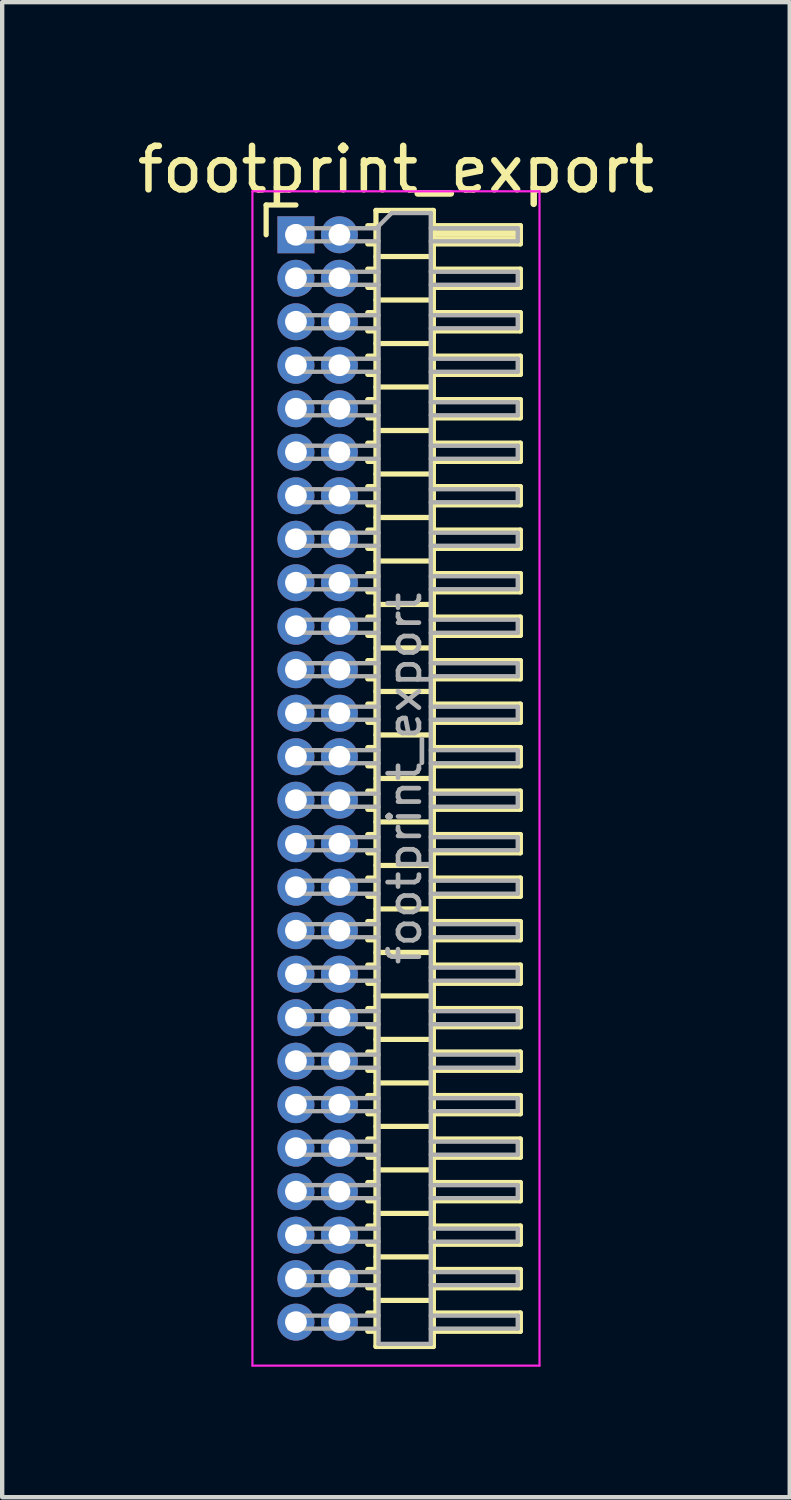
<source format=kicad_pcb>
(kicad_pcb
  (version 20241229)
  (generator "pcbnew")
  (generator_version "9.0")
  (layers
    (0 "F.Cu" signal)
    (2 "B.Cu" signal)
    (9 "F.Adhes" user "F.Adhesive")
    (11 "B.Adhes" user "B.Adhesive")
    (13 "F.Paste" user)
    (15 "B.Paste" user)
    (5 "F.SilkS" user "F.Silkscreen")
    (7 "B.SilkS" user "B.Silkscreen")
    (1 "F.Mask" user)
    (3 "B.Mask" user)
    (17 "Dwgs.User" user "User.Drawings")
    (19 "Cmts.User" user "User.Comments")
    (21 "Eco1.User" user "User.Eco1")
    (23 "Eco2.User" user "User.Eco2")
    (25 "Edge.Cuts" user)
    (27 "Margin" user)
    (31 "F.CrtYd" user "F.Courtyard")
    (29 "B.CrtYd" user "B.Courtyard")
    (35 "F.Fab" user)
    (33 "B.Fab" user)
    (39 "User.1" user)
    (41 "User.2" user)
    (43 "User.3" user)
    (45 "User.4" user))
  (footprint "footprint_export"
    (layer "F.Cu")
    (at 3.754 2.348)
    (property "Reference" "footprint_export" (at 2.3 -1.5 0) (layer "F.SilkS") (effects (font (size 1 1) (thickness 0.15))))
    (attr through_hole)
    (fp_line (start -0.685 -0.685) (end 0 -0.685) (stroke (width 0.12) (type solid)) (layer "F.SilkS"))
    (fp_line (start -0.685 0) (end -0.685 -0.685) (stroke (width 0.12) (type solid)) (layer "F.SilkS"))
    (fp_line (start 1.652 -0.21) (end 1.84 -0.21) (stroke (width 0.12) (type solid)) (layer "F.SilkS"))
    (fp_line (start 1.652 0.21) (end 1.84 0.21) (stroke (width 0.12) (type solid)) (layer "F.SilkS"))
    (fp_line (start 1.652 0.79) (end 1.84 0.79) (stroke (width 0.12) (type solid)) (layer "F.SilkS"))
    (fp_line (start 1.652 1.21) (end 1.84 1.21) (stroke (width 0.12) (type solid)) (layer "F.SilkS"))
    (fp_line (start 1.652 1.79) (end 1.84 1.79) (stroke (width 0.12) (type solid)) (layer "F.SilkS"))
    (fp_line (start 1.652 2.21) (end 1.84 2.21) (stroke (width 0.12) (type solid)) (layer "F.SilkS"))
    (fp_line (start 1.652 2.79) (end 1.84 2.79) (stroke (width 0.12) (type solid)) (layer "F.SilkS"))
    (fp_line (start 1.652 3.21) (end 1.84 3.21) (stroke (width 0.12) (type solid)) (layer "F.SilkS"))
    (fp_line (start 1.652 3.79) (end 1.84 3.79) (stroke (width 0.12) (type solid)) (layer "F.SilkS"))
    (fp_line (start 1.652 4.21) (end 1.84 4.21) (stroke (width 0.12) (type solid)) (layer "F.SilkS"))
    (fp_line (start 1.652 4.79) (end 1.84 4.79) (stroke (width 0.12) (type solid)) (layer "F.SilkS"))
    (fp_line (start 1.652 5.21) (end 1.84 5.21) (stroke (width 0.12) (type solid)) (layer "F.SilkS"))
    (fp_line (start 1.652 5.79) (end 1.84 5.79) (stroke (width 0.12) (type solid)) (layer "F.SilkS"))
    (fp_line (start 1.652 6.21) (end 1.84 6.21) (stroke (width 0.12) (type solid)) (layer "F.SilkS"))
    (fp_line (start 1.652 6.79) (end 1.84 6.79) (stroke (width 0.12) (type solid)) (layer "F.SilkS"))
    (fp_line (start 1.652 7.21) (end 1.84 7.21) (stroke (width 0.12) (type solid)) (layer "F.SilkS"))
    (fp_line (start 1.652 7.79) (end 1.84 7.79) (stroke (width 0.12) (type solid)) (layer "F.SilkS"))
    (fp_line (start 1.652 8.21) (end 1.84 8.21) (stroke (width 0.12) (type solid)) (layer "F.SilkS"))
    (fp_line (start 1.652 8.79) (end 1.84 8.79) (stroke (width 0.12) (type solid)) (layer "F.SilkS"))
    (fp_line (start 1.652 9.21) (end 1.84 9.21) (stroke (width 0.12) (type solid)) (layer "F.SilkS"))
    (fp_line (start 1.652 9.79) (end 1.84 9.79) (stroke (width 0.12) (type solid)) (layer "F.SilkS"))
    (fp_line (start 1.652 10.21) (end 1.84 10.21) (stroke (width 0.12) (type solid)) (layer "F.SilkS"))
    (fp_line (start 1.652 10.79) (end 1.84 10.79) (stroke (width 0.12) (type solid)) (layer "F.SilkS"))
    (fp_line (start 1.652 11.21) (end 1.84 11.21) (stroke (width 0.12) (type solid)) (layer "F.SilkS"))
    (fp_line (start 1.652 11.79) (end 1.84 11.79) (stroke (width 0.12) (type solid)) (layer "F.SilkS"))
    (fp_line (start 1.652 12.21) (end 1.84 12.21) (stroke (width 0.12) (type solid)) (layer "F.SilkS"))
    (fp_line (start 1.652 12.79) (end 1.84 12.79) (stroke (width 0.12) (type solid)) (layer "F.SilkS"))
    (fp_line (start 1.652 13.21) (end 1.84 13.21) (stroke (width 0.12) (type solid)) (layer "F.SilkS"))
    (fp_line (start 1.652 13.79) (end 1.84 13.79) (stroke (width 0.12) (type solid)) (layer "F.SilkS"))
    (fp_line (start 1.652 14.21) (end 1.84 14.21) (stroke (width 0.12) (type solid)) (layer "F.SilkS"))
    (fp_line (start 1.652 14.79) (end 1.84 14.79) (stroke (width 0.12) (type solid)) (layer "F.SilkS"))
    (fp_line (start 1.652 15.21) (end 1.84 15.21) (stroke (width 0.12) (type solid)) (layer "F.SilkS"))
    (fp_line (start 1.652 15.79) (end 1.84 15.79) (stroke (width 0.12) (type solid)) (layer "F.SilkS"))
    (fp_line (start 1.652 16.21) (end 1.84 16.21) (stroke (width 0.12) (type solid)) (layer "F.SilkS"))
    (fp_line (start 1.652 16.79) (end 1.84 16.79) (stroke (width 0.12) (type solid)) (layer "F.SilkS"))
    (fp_line (start 1.652 17.21) (end 1.84 17.21) (stroke (width 0.12) (type solid)) (layer "F.SilkS"))
    (fp_line (start 1.652 17.79) (end 1.84 17.79) (stroke (width 0.12) (type solid)) (layer "F.SilkS"))
    (fp_line (start 1.652 18.21) (end 1.84 18.21) (stroke (width 0.12) (type solid)) (layer "F.SilkS"))
    (fp_line (start 1.652 18.79) (end 1.84 18.79) (stroke (width 0.12) (type solid)) (layer "F.SilkS"))
    (fp_line (start 1.652 19.21) (end 1.84 19.21) (stroke (width 0.12) (type solid)) (layer "F.SilkS"))
    (fp_line (start 1.652 19.79) (end 1.84 19.79) (stroke (width 0.12) (type solid)) (layer "F.SilkS"))
    (fp_line (start 1.652 20.21) (end 1.84 20.21) (stroke (width 0.12) (type solid)) (layer "F.SilkS"))
    (fp_line (start 1.652 20.79) (end 1.84 20.79) (stroke (width 0.12) (type solid)) (layer "F.SilkS"))
    (fp_line (start 1.652 21.21) (end 1.84 21.21) (stroke (width 0.12) (type solid)) (layer "F.SilkS"))
    (fp_line (start 1.652 21.79) (end 1.84 21.79) (stroke (width 0.12) (type solid)) (layer "F.SilkS"))
    (fp_line (start 1.652 22.21) (end 1.84 22.21) (stroke (width 0.12) (type solid)) (layer "F.SilkS"))
    (fp_line (start 1.652 22.79) (end 1.84 22.79) (stroke (width 0.12) (type solid)) (layer "F.SilkS"))
    (fp_line (start 1.652 23.21) (end 1.84 23.21) (stroke (width 0.12) (type solid)) (layer "F.SilkS"))
    (fp_line (start 1.652 23.79) (end 1.84 23.79) (stroke (width 0.12) (type solid)) (layer "F.SilkS"))
    (fp_line (start 1.652 24.21) (end 1.84 24.21) (stroke (width 0.12) (type solid)) (layer "F.SilkS"))
    (fp_line (start 1.652 24.79) (end 1.84 24.79) (stroke (width 0.12) (type solid)) (layer "F.SilkS"))
    (fp_line (start 1.652 25.21) (end 1.84 25.21) (stroke (width 0.12) (type solid)) (layer "F.SilkS"))
    (fp_line (start 1.84 -0.56) (end 1.84 25.56) (stroke (width 0.12) (type solid)) (layer "F.SilkS"))
    (fp_line (start 1.84 0.5) (end 3.16 0.5) (stroke (width 0.12) (type solid)) (layer "F.SilkS"))
    (fp_line (start 1.84 1.5) (end 3.16 1.5) (stroke (width 0.12) (type solid)) (layer "F.SilkS"))
    (fp_line (start 1.84 2.5) (end 3.16 2.5) (stroke (width 0.12) (type solid)) (layer "F.SilkS"))
    (fp_line (start 1.84 3.5) (end 3.16 3.5) (stroke (width 0.12) (type solid)) (layer "F.SilkS"))
    (fp_line (start 1.84 4.5) (end 3.16 4.5) (stroke (width 0.12) (type solid)) (layer "F.SilkS"))
    (fp_line (start 1.84 5.5) (end 3.16 5.5) (stroke (width 0.12) (type solid)) (layer "F.SilkS"))
    (fp_line (start 1.84 6.5) (end 3.16 6.5) (stroke (width 0.12) (type solid)) (layer "F.SilkS"))
    (fp_line (start 1.84 7.5) (end 3.16 7.5) (stroke (width 0.12) (type solid)) (layer "F.SilkS"))
    (fp_line (start 1.84 8.5) (end 3.16 8.5) (stroke (width 0.12) (type solid)) (layer "F.SilkS"))
    (fp_line (start 1.84 9.5) (end 3.16 9.5) (stroke (width 0.12) (type solid)) (layer "F.SilkS"))
    (fp_line (start 1.84 10.5) (end 3.16 10.5) (stroke (width 0.12) (type solid)) (layer "F.SilkS"))
    (fp_line (start 1.84 11.5) (end 3.16 11.5) (stroke (width 0.12) (type solid)) (layer "F.SilkS"))
    (fp_line (start 1.84 12.5) (end 3.16 12.5) (stroke (width 0.12) (type solid)) (layer "F.SilkS"))
    (fp_line (start 1.84 13.5) (end 3.16 13.5) (stroke (width 0.12) (type solid)) (layer "F.SilkS"))
    (fp_line (start 1.84 14.5) (end 3.16 14.5) (stroke (width 0.12) (type solid)) (layer "F.SilkS"))
    (fp_line (start 1.84 15.5) (end 3.16 15.5) (stroke (width 0.12) (type solid)) (layer "F.SilkS"))
    (fp_line (start 1.84 16.5) (end 3.16 16.5) (stroke (width 0.12) (type solid)) (layer "F.SilkS"))
    (fp_line (start 1.84 17.5) (end 3.16 17.5) (stroke (width 0.12) (type solid)) (layer "F.SilkS"))
    (fp_line (start 1.84 18.5) (end 3.16 18.5) (stroke (width 0.12) (type solid)) (layer "F.SilkS"))
    (fp_line (start 1.84 19.5) (end 3.16 19.5) (stroke (width 0.12) (type solid)) (layer "F.SilkS"))
    (fp_line (start 1.84 20.5) (end 3.16 20.5) (stroke (width 0.12) (type solid)) (layer "F.SilkS"))
    (fp_line (start 1.84 21.5) (end 3.16 21.5) (stroke (width 0.12) (type solid)) (layer "F.SilkS"))
    (fp_line (start 1.84 22.5) (end 3.16 22.5) (stroke (width 0.12) (type solid)) (layer "F.SilkS"))
    (fp_line (start 1.84 23.5) (end 3.16 23.5) (stroke (width 0.12) (type solid)) (layer "F.SilkS"))
    (fp_line (start 1.84 24.5) (end 3.16 24.5) (stroke (width 0.12) (type solid)) (layer "F.SilkS"))
    (fp_line (start 1.84 25.56) (end 3.16 25.56) (stroke (width 0.12) (type solid)) (layer "F.SilkS"))
    (fp_line (start 3.16 -0.56) (end 1.84 -0.56) (stroke (width 0.12) (type solid)) (layer "F.SilkS"))
    (fp_line (start 3.16 -0.21) (end 5.16 -0.21) (stroke (width 0.12) (type solid)) (layer "F.SilkS"))
    (fp_line (start 3.16 -0.15) (end 5.16 -0.15) (stroke (width 0.12) (type solid)) (layer "F.SilkS"))
    (fp_line (start 3.16 -0.03) (end 5.16 -0.03) (stroke (width 0.12) (type solid)) (layer "F.SilkS"))
    (fp_line (start 3.16 0.09) (end 5.16 0.09) (stroke (width 0.12) (type solid)) (layer "F.SilkS"))
    (fp_line (start 3.16 0.79) (end 5.16 0.79) (stroke (width 0.12) (type solid)) (layer "F.SilkS"))
    (fp_line (start 3.16 1.79) (end 5.16 1.79) (stroke (width 0.12) (type solid)) (layer "F.SilkS"))
    (fp_line (start 3.16 2.79) (end 5.16 2.79) (stroke (width 0.12) (type solid)) (layer "F.SilkS"))
    (fp_line (start 3.16 3.79) (end 5.16 3.79) (stroke (width 0.12) (type solid)) (layer "F.SilkS"))
    (fp_line (start 3.16 4.79) (end 5.16 4.79) (stroke (width 0.12) (type solid)) (layer "F.SilkS"))
    (fp_line (start 3.16 5.79) (end 5.16 5.79) (stroke (width 0.12) (type solid)) (layer "F.SilkS"))
    (fp_line (start 3.16 6.79) (end 5.16 6.79) (stroke (width 0.12) (type solid)) (layer "F.SilkS"))
    (fp_line (start 3.16 7.79) (end 5.16 7.79) (stroke (width 0.12) (type solid)) (layer "F.SilkS"))
    (fp_line (start 3.16 8.79) (end 5.16 8.79) (stroke (width 0.12) (type solid)) (layer "F.SilkS"))
    (fp_line (start 3.16 9.79) (end 5.16 9.79) (stroke (width 0.12) (type solid)) (layer "F.SilkS"))
    (fp_line (start 3.16 10.79) (end 5.16 10.79) (stroke (width 0.12) (type solid)) (layer "F.SilkS"))
    (fp_line (start 3.16 11.79) (end 5.16 11.79) (stroke (width 0.12) (type solid)) (layer "F.SilkS"))
    (fp_line (start 3.16 12.79) (end 5.16 12.79) (stroke (width 0.12) (type solid)) (layer "F.SilkS"))
    (fp_line (start 3.16 13.79) (end 5.16 13.79) (stroke (width 0.12) (type solid)) (layer "F.SilkS"))
    (fp_line (start 3.16 14.79) (end 5.16 14.79) (stroke (width 0.12) (type solid)) (layer "F.SilkS"))
    (fp_line (start 3.16 15.79) (end 5.16 15.79) (stroke (width 0.12) (type solid)) (layer "F.SilkS"))
    (fp_line (start 3.16 16.79) (end 5.16 16.79) (stroke (width 0.12) (type solid)) (layer "F.SilkS"))
    (fp_line (start 3.16 17.79) (end 5.16 17.79) (stroke (width 0.12) (type solid)) (layer "F.SilkS"))
    (fp_line (start 3.16 18.79) (end 5.16 18.79) (stroke (width 0.12) (type solid)) (layer "F.SilkS"))
    (fp_line (start 3.16 19.79) (end 5.16 19.79) (stroke (width 0.12) (type solid)) (layer "F.SilkS"))
    (fp_line (start 3.16 20.79) (end 5.16 20.79) (stroke (width 0.12) (type solid)) (layer "F.SilkS"))
    (fp_line (start 3.16 21.79) (end 5.16 21.79) (stroke (width 0.12) (type solid)) (layer "F.SilkS"))
    (fp_line (start 3.16 22.79) (end 5.16 22.79) (stroke (width 0.12) (type solid)) (layer "F.SilkS"))
    (fp_line (start 3.16 23.79) (end 5.16 23.79) (stroke (width 0.12) (type solid)) (layer "F.SilkS"))
    (fp_line (start 3.16 24.79) (end 5.16 24.79) (stroke (width 0.12) (type solid)) (layer "F.SilkS"))
    (fp_line (start 3.16 25.56) (end 3.16 -0.56) (stroke (width 0.12) (type solid)) (layer "F.SilkS"))
    (fp_line (start 5.16 -0.21) (end 5.16 0.21) (stroke (width 0.12) (type solid)) (layer "F.SilkS"))
    (fp_line (start 5.16 0.21) (end 3.16 0.21) (stroke (width 0.12) (type solid)) (layer "F.SilkS"))
    (fp_line (start 5.16 0.79) (end 5.16 1.21) (stroke (width 0.12) (type solid)) (layer "F.SilkS"))
    (fp_line (start 5.16 1.21) (end 3.16 1.21) (stroke (width 0.12) (type solid)) (layer "F.SilkS"))
    (fp_line (start 5.16 1.79) (end 5.16 2.21) (stroke (width 0.12) (type solid)) (layer "F.SilkS"))
    (fp_line (start 5.16 2.21) (end 3.16 2.21) (stroke (width 0.12) (type solid)) (layer "F.SilkS"))
    (fp_line (start 5.16 2.79) (end 5.16 3.21) (stroke (width 0.12) (type solid)) (layer "F.SilkS"))
    (fp_line (start 5.16 3.21) (end 3.16 3.21) (stroke (width 0.12) (type solid)) (layer "F.SilkS"))
    (fp_line (start 5.16 3.79) (end 5.16 4.21) (stroke (width 0.12) (type solid)) (layer "F.SilkS"))
    (fp_line (start 5.16 4.21) (end 3.16 4.21) (stroke (width 0.12) (type solid)) (layer "F.SilkS"))
    (fp_line (start 5.16 4.79) (end 5.16 5.21) (stroke (width 0.12) (type solid)) (layer "F.SilkS"))
    (fp_line (start 5.16 5.21) (end 3.16 5.21) (stroke (width 0.12) (type solid)) (layer "F.SilkS"))
    (fp_line (start 5.16 5.79) (end 5.16 6.21) (stroke (width 0.12) (type solid)) (layer "F.SilkS"))
    (fp_line (start 5.16 6.21) (end 3.16 6.21) (stroke (width 0.12) (type solid)) (layer "F.SilkS"))
    (fp_line (start 5.16 6.79) (end 5.16 7.21) (stroke (width 0.12) (type solid)) (layer "F.SilkS"))
    (fp_line (start 5.16 7.21) (end 3.16 7.21) (stroke (width 0.12) (type solid)) (layer "F.SilkS"))
    (fp_line (start 5.16 7.79) (end 5.16 8.21) (stroke (width 0.12) (type solid)) (layer "F.SilkS"))
    (fp_line (start 5.16 8.21) (end 3.16 8.21) (stroke (width 0.12) (type solid)) (layer "F.SilkS"))
    (fp_line (start 5.16 8.79) (end 5.16 9.21) (stroke (width 0.12) (type solid)) (layer "F.SilkS"))
    (fp_line (start 5.16 9.21) (end 3.16 9.21) (stroke (width 0.12) (type solid)) (layer "F.SilkS"))
    (fp_line (start 5.16 9.79) (end 5.16 10.21) (stroke (width 0.12) (type solid)) (layer "F.SilkS"))
    (fp_line (start 5.16 10.21) (end 3.16 10.21) (stroke (width 0.12) (type solid)) (layer "F.SilkS"))
    (fp_line (start 5.16 10.79) (end 5.16 11.21) (stroke (width 0.12) (type solid)) (layer "F.SilkS"))
    (fp_line (start 5.16 11.21) (end 3.16 11.21) (stroke (width 0.12) (type solid)) (layer "F.SilkS"))
    (fp_line (start 5.16 11.79) (end 5.16 12.21) (stroke (width 0.12) (type solid)) (layer "F.SilkS"))
    (fp_line (start 5.16 12.21) (end 3.16 12.21) (stroke (width 0.12) (type solid)) (layer "F.SilkS"))
    (fp_line (start 5.16 12.79) (end 5.16 13.21) (stroke (width 0.12) (type solid)) (layer "F.SilkS"))
    (fp_line (start 5.16 13.21) (end 3.16 13.21) (stroke (width 0.12) (type solid)) (layer "F.SilkS"))
    (fp_line (start 5.16 13.79) (end 5.16 14.21) (stroke (width 0.12) (type solid)) (layer "F.SilkS"))
    (fp_line (start 5.16 14.21) (end 3.16 14.21) (stroke (width 0.12) (type solid)) (layer "F.SilkS"))
    (fp_line (start 5.16 14.79) (end 5.16 15.21) (stroke (width 0.12) (type solid)) (layer "F.SilkS"))
    (fp_line (start 5.16 15.21) (end 3.16 15.21) (stroke (width 0.12) (type solid)) (layer "F.SilkS"))
    (fp_line (start 5.16 15.79) (end 5.16 16.21) (stroke (width 0.12) (type solid)) (layer "F.SilkS"))
    (fp_line (start 5.16 16.21) (end 3.16 16.21) (stroke (width 0.12) (type solid)) (layer "F.SilkS"))
    (fp_line (start 5.16 16.79) (end 5.16 17.21) (stroke (width 0.12) (type solid)) (layer "F.SilkS"))
    (fp_line (start 5.16 17.21) (end 3.16 17.21) (stroke (width 0.12) (type solid)) (layer "F.SilkS"))
    (fp_line (start 5.16 17.79) (end 5.16 18.21) (stroke (width 0.12) (type solid)) (layer "F.SilkS"))
    (fp_line (start 5.16 18.21) (end 3.16 18.21) (stroke (width 0.12) (type solid)) (layer "F.SilkS"))
    (fp_line (start 5.16 18.79) (end 5.16 19.21) (stroke (width 0.12) (type solid)) (layer "F.SilkS"))
    (fp_line (start 5.16 19.21) (end 3.16 19.21) (stroke (width 0.12) (type solid)) (layer "F.SilkS"))
    (fp_line (start 5.16 19.79) (end 5.16 20.21) (stroke (width 0.12) (type solid)) (layer "F.SilkS"))
    (fp_line (start 5.16 20.21) (end 3.16 20.21) (stroke (width 0.12) (type solid)) (layer "F.SilkS"))
    (fp_line (start 5.16 20.79) (end 5.16 21.21) (stroke (width 0.12) (type solid)) (layer "F.SilkS"))
    (fp_line (start 5.16 21.21) (end 3.16 21.21) (stroke (width 0.12) (type solid)) (layer "F.SilkS"))
    (fp_line (start 5.16 21.79) (end 5.16 22.21) (stroke (width 0.12) (type solid)) (layer "F.SilkS"))
    (fp_line (start 5.16 22.21) (end 3.16 22.21) (stroke (width 0.12) (type solid)) (layer "F.SilkS"))
    (fp_line (start 5.16 22.79) (end 5.16 23.21) (stroke (width 0.12) (type solid)) (layer "F.SilkS"))
    (fp_line (start 5.16 23.21) (end 3.16 23.21) (stroke (width 0.12) (type solid)) (layer "F.SilkS"))
    (fp_line (start 5.16 23.79) (end 5.16 24.21) (stroke (width 0.12) (type solid)) (layer "F.SilkS"))
    (fp_line (start 5.16 24.21) (end 3.16 24.21) (stroke (width 0.12) (type solid)) (layer "F.SilkS"))
    (fp_line (start 5.16 24.79) (end 5.16 25.21) (stroke (width 0.12) (type solid)) (layer "F.SilkS"))
    (fp_line (start 5.16 25.21) (end 3.16 25.21) (stroke (width 0.12) (type solid)) (layer "F.SilkS"))
    (fp_line (start -1 -1) (end -1 26) (stroke (width 0.05) (type solid)) (layer "F.CrtYd"))
    (fp_line (start -1 26) (end 5.6 26) (stroke (width 0.05) (type solid)) (layer "F.CrtYd"))
    (fp_line (start 5.6 -1) (end -1 -1) (stroke (width 0.05) (type solid)) (layer "F.CrtYd"))
    (fp_line (start 5.6 26) (end 5.6 -1) (stroke (width 0.05) (type solid)) (layer "F.CrtYd"))
    (fp_line (start -0.15 -0.15) (end -0.15 0.15) (stroke (width 0.1) (type solid)) (layer "F.Fab"))
    (fp_line (start -0.15 -0.15) (end 1.9 -0.15) (stroke (width 0.1) (type solid)) (layer "F.Fab"))
    (fp_line (start -0.15 0.15) (end 1.9 0.15) (stroke (width 0.1) (type solid)) (layer "F.Fab"))
    (fp_line (start -0.15 0.85) (end -0.15 1.15) (stroke (width 0.1) (type solid)) (layer "F.Fab"))
    (fp_line (start -0.15 0.85) (end 1.9 0.85) (stroke (width 0.1) (type solid)) (layer "F.Fab"))
    (fp_line (start -0.15 1.15) (end 1.9 1.15) (stroke (width 0.1) (type solid)) (layer "F.Fab"))
    (fp_line (start -0.15 1.85) (end -0.15 2.15) (stroke (width 0.1) (type solid)) (layer "F.Fab"))
    (fp_line (start -0.15 1.85) (end 1.9 1.85) (stroke (width 0.1) (type solid)) (layer "F.Fab"))
    (fp_line (start -0.15 2.15) (end 1.9 2.15) (stroke (width 0.1) (type solid)) (layer "F.Fab"))
    (fp_line (start -0.15 2.85) (end -0.15 3.15) (stroke (width 0.1) (type solid)) (layer "F.Fab"))
    (fp_line (start -0.15 2.85) (end 1.9 2.85) (stroke (width 0.1) (type solid)) (layer "F.Fab"))
    (fp_line (start -0.15 3.15) (end 1.9 3.15) (stroke (width 0.1) (type solid)) (layer "F.Fab"))
    (fp_line (start -0.15 3.85) (end -0.15 4.15) (stroke (width 0.1) (type solid)) (layer "F.Fab"))
    (fp_line (start -0.15 3.85) (end 1.9 3.85) (stroke (width 0.1) (type solid)) (layer "F.Fab"))
    (fp_line (start -0.15 4.15) (end 1.9 4.15) (stroke (width 0.1) (type solid)) (layer "F.Fab"))
    (fp_line (start -0.15 4.85) (end -0.15 5.15) (stroke (width 0.1) (type solid)) (layer "F.Fab"))
    (fp_line (start -0.15 4.85) (end 1.9 4.85) (stroke (width 0.1) (type solid)) (layer "F.Fab"))
    (fp_line (start -0.15 5.15) (end 1.9 5.15) (stroke (width 0.1) (type solid)) (layer "F.Fab"))
    (fp_line (start -0.15 5.85) (end -0.15 6.15) (stroke (width 0.1) (type solid)) (layer "F.Fab"))
    (fp_line (start -0.15 5.85) (end 1.9 5.85) (stroke (width 0.1) (type solid)) (layer "F.Fab"))
    (fp_line (start -0.15 6.15) (end 1.9 6.15) (stroke (width 0.1) (type solid)) (layer "F.Fab"))
    (fp_line (start -0.15 6.85) (end -0.15 7.15) (stroke (width 0.1) (type solid)) (layer "F.Fab"))
    (fp_line (start -0.15 6.85) (end 1.9 6.85) (stroke (width 0.1) (type solid)) (layer "F.Fab"))
    (fp_line (start -0.15 7.15) (end 1.9 7.15) (stroke (width 0.1) (type solid)) (layer "F.Fab"))
    (fp_line (start -0.15 7.85) (end -0.15 8.15) (stroke (width 0.1) (type solid)) (layer "F.Fab"))
    (fp_line (start -0.15 7.85) (end 1.9 7.85) (stroke (width 0.1) (type solid)) (layer "F.Fab"))
    (fp_line (start -0.15 8.15) (end 1.9 8.15) (stroke (width 0.1) (type solid)) (layer "F.Fab"))
    (fp_line (start -0.15 8.85) (end -0.15 9.15) (stroke (width 0.1) (type solid)) (layer "F.Fab"))
    (fp_line (start -0.15 8.85) (end 1.9 8.85) (stroke (width 0.1) (type solid)) (layer "F.Fab"))
    (fp_line (start -0.15 9.15) (end 1.9 9.15) (stroke (width 0.1) (type solid)) (layer "F.Fab"))
    (fp_line (start -0.15 9.85) (end -0.15 10.15) (stroke (width 0.1) (type solid)) (layer "F.Fab"))
    (fp_line (start -0.15 9.85) (end 1.9 9.85) (stroke (width 0.1) (type solid)) (layer "F.Fab"))
    (fp_line (start -0.15 10.15) (end 1.9 10.15) (stroke (width 0.1) (type solid)) (layer "F.Fab"))
    (fp_line (start -0.15 10.85) (end -0.15 11.15) (stroke (width 0.1) (type solid)) (layer "F.Fab"))
    (fp_line (start -0.15 10.85) (end 1.9 10.85) (stroke (width 0.1) (type solid)) (layer "F.Fab"))
    (fp_line (start -0.15 11.15) (end 1.9 11.15) (stroke (width 0.1) (type solid)) (layer "F.Fab"))
    (fp_line (start -0.15 11.85) (end -0.15 12.15) (stroke (width 0.1) (type solid)) (layer "F.Fab"))
    (fp_line (start -0.15 11.85) (end 1.9 11.85) (stroke (width 0.1) (type solid)) (layer "F.Fab"))
    (fp_line (start -0.15 12.15) (end 1.9 12.15) (stroke (width 0.1) (type solid)) (layer "F.Fab"))
    (fp_line (start -0.15 12.85) (end -0.15 13.15) (stroke (width 0.1) (type solid)) (layer "F.Fab"))
    (fp_line (start -0.15 12.85) (end 1.9 12.85) (stroke (width 0.1) (type solid)) (layer "F.Fab"))
    (fp_line (start -0.15 13.15) (end 1.9 13.15) (stroke (width 0.1) (type solid)) (layer "F.Fab"))
    (fp_line (start -0.15 13.85) (end -0.15 14.15) (stroke (width 0.1) (type solid)) (layer "F.Fab"))
    (fp_line (start -0.15 13.85) (end 1.9 13.85) (stroke (width 0.1) (type solid)) (layer "F.Fab"))
    (fp_line (start -0.15 14.15) (end 1.9 14.15) (stroke (width 0.1) (type solid)) (layer "F.Fab"))
    (fp_line (start -0.15 14.85) (end -0.15 15.15) (stroke (width 0.1) (type solid)) (layer "F.Fab"))
    (fp_line (start -0.15 14.85) (end 1.9 14.85) (stroke (width 0.1) (type solid)) (layer "F.Fab"))
    (fp_line (start -0.15 15.15) (end 1.9 15.15) (stroke (width 0.1) (type solid)) (layer "F.Fab"))
    (fp_line (start -0.15 15.85) (end -0.15 16.15) (stroke (width 0.1) (type solid)) (layer "F.Fab"))
    (fp_line (start -0.15 15.85) (end 1.9 15.85) (stroke (width 0.1) (type solid)) (layer "F.Fab"))
    (fp_line (start -0.15 16.15) (end 1.9 16.15) (stroke (width 0.1) (type solid)) (layer "F.Fab"))
    (fp_line (start -0.15 16.85) (end -0.15 17.15) (stroke (width 0.1) (type solid)) (layer "F.Fab"))
    (fp_line (start -0.15 16.85) (end 1.9 16.85) (stroke (width 0.1) (type solid)) (layer "F.Fab"))
    (fp_line (start -0.15 17.15) (end 1.9 17.15) (stroke (width 0.1) (type solid)) (layer "F.Fab"))
    (fp_line (start -0.15 17.85) (end -0.15 18.15) (stroke (width 0.1) (type solid)) (layer "F.Fab"))
    (fp_line (start -0.15 17.85) (end 1.9 17.85) (stroke (width 0.1) (type solid)) (layer "F.Fab"))
    (fp_line (start -0.15 18.15) (end 1.9 18.15) (stroke (width 0.1) (type solid)) (layer "F.Fab"))
    (fp_line (start -0.15 18.85) (end -0.15 19.15) (stroke (width 0.1) (type solid)) (layer "F.Fab"))
    (fp_line (start -0.15 18.85) (end 1.9 18.85) (stroke (width 0.1) (type solid)) (layer "F.Fab"))
    (fp_line (start -0.15 19.15) (end 1.9 19.15) (stroke (width 0.1) (type solid)) (layer "F.Fab"))
    (fp_line (start -0.15 19.85) (end -0.15 20.15) (stroke (width 0.1) (type solid)) (layer "F.Fab"))
    (fp_line (start -0.15 19.85) (end 1.9 19.85) (stroke (width 0.1) (type solid)) (layer "F.Fab"))
    (fp_line (start -0.15 20.15) (end 1.9 20.15) (stroke (width 0.1) (type solid)) (layer "F.Fab"))
    (fp_line (start -0.15 20.85) (end -0.15 21.15) (stroke (width 0.1) (type solid)) (layer "F.Fab"))
    (fp_line (start -0.15 20.85) (end 1.9 20.85) (stroke (width 0.1) (type solid)) (layer "F.Fab"))
    (fp_line (start -0.15 21.15) (end 1.9 21.15) (stroke (width 0.1) (type solid)) (layer "F.Fab"))
    (fp_line (start -0.15 21.85) (end -0.15 22.15) (stroke (width 0.1) (type solid)) (layer "F.Fab"))
    (fp_line (start -0.15 21.85) (end 1.9 21.85) (stroke (width 0.1) (type solid)) (layer "F.Fab"))
    (fp_line (start -0.15 22.15) (end 1.9 22.15) (stroke (width 0.1) (type solid)) (layer "F.Fab"))
    (fp_line (start -0.15 22.85) (end -0.15 23.15) (stroke (width 0.1) (type solid)) (layer "F.Fab"))
    (fp_line (start -0.15 22.85) (end 1.9 22.85) (stroke (width 0.1) (type solid)) (layer "F.Fab"))
    (fp_line (start -0.15 23.15) (end 1.9 23.15) (stroke (width 0.1) (type solid)) (layer "F.Fab"))
    (fp_line (start -0.15 23.85) (end -0.15 24.15) (stroke (width 0.1) (type solid)) (layer "F.Fab"))
    (fp_line (start -0.15 23.85) (end 1.9 23.85) (stroke (width 0.1) (type solid)) (layer "F.Fab"))
    (fp_line (start -0.15 24.15) (end 1.9 24.15) (stroke (width 0.1) (type solid)) (layer "F.Fab"))
    (fp_line (start -0.15 24.85) (end -0.15 25.15) (stroke (width 0.1) (type solid)) (layer "F.Fab"))
    (fp_line (start -0.15 24.85) (end 1.9 24.85) (stroke (width 0.1) (type solid)) (layer "F.Fab"))
    (fp_line (start -0.15 25.15) (end 1.9 25.15) (stroke (width 0.1) (type solid)) (layer "F.Fab"))
    (fp_line (start 1.9 -0.2) (end 2.2 -0.5) (stroke (width 0.1) (type solid)) (layer "F.Fab"))
    (fp_line (start 1.9 25.5) (end 1.9 -0.2) (stroke (width 0.1) (type solid)) (layer "F.Fab"))
    (fp_line (start 2.2 -0.5) (end 3.1 -0.5) (stroke (width 0.1) (type solid)) (layer "F.Fab"))
    (fp_line (start 3.1 -0.5) (end 3.1 25.5) (stroke (width 0.1) (type solid)) (layer "F.Fab"))
    (fp_line (start 3.1 -0.15) (end 5.1 -0.15) (stroke (width 0.1) (type solid)) (layer "F.Fab"))
    (fp_line (start 3.1 0.15) (end 5.1 0.15) (stroke (width 0.1) (type solid)) (layer "F.Fab"))
    (fp_line (start 3.1 0.85) (end 5.1 0.85) (stroke (width 0.1) (type solid)) (layer "F.Fab"))
    (fp_line (start 3.1 1.15) (end 5.1 1.15) (stroke (width 0.1) (type solid)) (layer "F.Fab"))
    (fp_line (start 3.1 1.85) (end 5.1 1.85) (stroke (width 0.1) (type solid)) (layer "F.Fab"))
    (fp_line (start 3.1 2.15) (end 5.1 2.15) (stroke (width 0.1) (type solid)) (layer "F.Fab"))
    (fp_line (start 3.1 2.85) (end 5.1 2.85) (stroke (width 0.1) (type solid)) (layer "F.Fab"))
    (fp_line (start 3.1 3.15) (end 5.1 3.15) (stroke (width 0.1) (type solid)) (layer "F.Fab"))
    (fp_line (start 3.1 3.85) (end 5.1 3.85) (stroke (width 0.1) (type solid)) (layer "F.Fab"))
    (fp_line (start 3.1 4.15) (end 5.1 4.15) (stroke (width 0.1) (type solid)) (layer "F.Fab"))
    (fp_line (start 3.1 4.85) (end 5.1 4.85) (stroke (width 0.1) (type solid)) (layer "F.Fab"))
    (fp_line (start 3.1 5.15) (end 5.1 5.15) (stroke (width 0.1) (type solid)) (layer "F.Fab"))
    (fp_line (start 3.1 5.85) (end 5.1 5.85) (stroke (width 0.1) (type solid)) (layer "F.Fab"))
    (fp_line (start 3.1 6.15) (end 5.1 6.15) (stroke (width 0.1) (type solid)) (layer "F.Fab"))
    (fp_line (start 3.1 6.85) (end 5.1 6.85) (stroke (width 0.1) (type solid)) (layer "F.Fab"))
    (fp_line (start 3.1 7.15) (end 5.1 7.15) (stroke (width 0.1) (type solid)) (layer "F.Fab"))
    (fp_line (start 3.1 7.85) (end 5.1 7.85) (stroke (width 0.1) (type solid)) (layer "F.Fab"))
    (fp_line (start 3.1 8.15) (end 5.1 8.15) (stroke (width 0.1) (type solid)) (layer "F.Fab"))
    (fp_line (start 3.1 8.85) (end 5.1 8.85) (stroke (width 0.1) (type solid)) (layer "F.Fab"))
    (fp_line (start 3.1 9.15) (end 5.1 9.15) (stroke (width 0.1) (type solid)) (layer "F.Fab"))
    (fp_line (start 3.1 9.85) (end 5.1 9.85) (stroke (width 0.1) (type solid)) (layer "F.Fab"))
    (fp_line (start 3.1 10.15) (end 5.1 10.15) (stroke (width 0.1) (type solid)) (layer "F.Fab"))
    (fp_line (start 3.1 10.85) (end 5.1 10.85) (stroke (width 0.1) (type solid)) (layer "F.Fab"))
    (fp_line (start 3.1 11.15) (end 5.1 11.15) (stroke (width 0.1) (type solid)) (layer "F.Fab"))
    (fp_line (start 3.1 11.85) (end 5.1 11.85) (stroke (width 0.1) (type solid)) (layer "F.Fab"))
    (fp_line (start 3.1 12.15) (end 5.1 12.15) (stroke (width 0.1) (type solid)) (layer "F.Fab"))
    (fp_line (start 3.1 12.85) (end 5.1 12.85) (stroke (width 0.1) (type solid)) (layer "F.Fab"))
    (fp_line (start 3.1 13.15) (end 5.1 13.15) (stroke (width 0.1) (type solid)) (layer "F.Fab"))
    (fp_line (start 3.1 13.85) (end 5.1 13.85) (stroke (width 0.1) (type solid)) (layer "F.Fab"))
    (fp_line (start 3.1 14.15) (end 5.1 14.15) (stroke (width 0.1) (type solid)) (layer "F.Fab"))
    (fp_line (start 3.1 14.85) (end 5.1 14.85) (stroke (width 0.1) (type solid)) (layer "F.Fab"))
    (fp_line (start 3.1 15.15) (end 5.1 15.15) (stroke (width 0.1) (type solid)) (layer "F.Fab"))
    (fp_line (start 3.1 15.85) (end 5.1 15.85) (stroke (width 0.1) (type solid)) (layer "F.Fab"))
    (fp_line (start 3.1 16.15) (end 5.1 16.15) (stroke (width 0.1) (type solid)) (layer "F.Fab"))
    (fp_line (start 3.1 16.85) (end 5.1 16.85) (stroke (width 0.1) (type solid)) (layer "F.Fab"))
    (fp_line (start 3.1 17.15) (end 5.1 17.15) (stroke (width 0.1) (type solid)) (layer "F.Fab"))
    (fp_line (start 3.1 17.85) (end 5.1 17.85) (stroke (width 0.1) (type solid)) (layer "F.Fab"))
    (fp_line (start 3.1 18.15) (end 5.1 18.15) (stroke (width 0.1) (type solid)) (layer "F.Fab"))
    (fp_line (start 3.1 18.85) (end 5.1 18.85) (stroke (width 0.1) (type solid)) (layer "F.Fab"))
    (fp_line (start 3.1 19.15) (end 5.1 19.15) (stroke (width 0.1) (type solid)) (layer "F.Fab"))
    (fp_line (start 3.1 19.85) (end 5.1 19.85) (stroke (width 0.1) (type solid)) (layer "F.Fab"))
    (fp_line (start 3.1 20.15) (end 5.1 20.15) (stroke (width 0.1) (type solid)) (layer "F.Fab"))
    (fp_line (start 3.1 20.85) (end 5.1 20.85) (stroke (width 0.1) (type solid)) (layer "F.Fab"))
    (fp_line (start 3.1 21.15) (end 5.1 21.15) (stroke (width 0.1) (type solid)) (layer "F.Fab"))
    (fp_line (start 3.1 21.85) (end 5.1 21.85) (stroke (width 0.1) (type solid)) (layer "F.Fab"))
    (fp_line (start 3.1 22.15) (end 5.1 22.15) (stroke (width 0.1) (type solid)) (layer "F.Fab"))
    (fp_line (start 3.1 22.85) (end 5.1 22.85) (stroke (width 0.1) (type solid)) (layer "F.Fab"))
    (fp_line (start 3.1 23.15) (end 5.1 23.15) (stroke (width 0.1) (type solid)) (layer "F.Fab"))
    (fp_line (start 3.1 23.85) (end 5.1 23.85) (stroke (width 0.1) (type solid)) (layer "F.Fab"))
    (fp_line (start 3.1 24.15) (end 5.1 24.15) (stroke (width 0.1) (type solid)) (layer "F.Fab"))
    (fp_line (start 3.1 24.85) (end 5.1 24.85) (stroke (width 0.1) (type solid)) (layer "F.Fab"))
    (fp_line (start 3.1 25.15) (end 5.1 25.15) (stroke (width 0.1) (type solid)) (layer "F.Fab"))
    (fp_line (start 3.1 25.5) (end 1.9 25.5) (stroke (width 0.1) (type solid)) (layer "F.Fab"))
    (fp_line (start 5.1 -0.15) (end 5.1 0.15) (stroke (width 0.1) (type solid)) (layer "F.Fab"))
    (fp_line (start 5.1 0.85) (end 5.1 1.15) (stroke (width 0.1) (type solid)) (layer "F.Fab"))
    (fp_line (start 5.1 1.85) (end 5.1 2.15) (stroke (width 0.1) (type solid)) (layer "F.Fab"))
    (fp_line (start 5.1 2.85) (end 5.1 3.15) (stroke (width 0.1) (type solid)) (layer "F.Fab"))
    (fp_line (start 5.1 3.85) (end 5.1 4.15) (stroke (width 0.1) (type solid)) (layer "F.Fab"))
    (fp_line (start 5.1 4.85) (end 5.1 5.15) (stroke (width 0.1) (type solid)) (layer "F.Fab"))
    (fp_line (start 5.1 5.85) (end 5.1 6.15) (stroke (width 0.1) (type solid)) (layer "F.Fab"))
    (fp_line (start 5.1 6.85) (end 5.1 7.15) (stroke (width 0.1) (type solid)) (layer "F.Fab"))
    (fp_line (start 5.1 7.85) (end 5.1 8.15) (stroke (width 0.1) (type solid)) (layer "F.Fab"))
    (fp_line (start 5.1 8.85) (end 5.1 9.15) (stroke (width 0.1) (type solid)) (layer "F.Fab"))
    (fp_line (start 5.1 9.85) (end 5.1 10.15) (stroke (width 0.1) (type solid)) (layer "F.Fab"))
    (fp_line (start 5.1 10.85) (end 5.1 11.15) (stroke (width 0.1) (type solid)) (layer "F.Fab"))
    (fp_line (start 5.1 11.85) (end 5.1 12.15) (stroke (width 0.1) (type solid)) (layer "F.Fab"))
    (fp_line (start 5.1 12.85) (end 5.1 13.15) (stroke (width 0.1) (type solid)) (layer "F.Fab"))
    (fp_line (start 5.1 13.85) (end 5.1 14.15) (stroke (width 0.1) (type solid)) (layer "F.Fab"))
    (fp_line (start 5.1 14.85) (end 5.1 15.15) (stroke (width 0.1) (type solid)) (layer "F.Fab"))
    (fp_line (start 5.1 15.85) (end 5.1 16.15) (stroke (width 0.1) (type solid)) (layer "F.Fab"))
    (fp_line (start 5.1 16.85) (end 5.1 17.15) (stroke (width 0.1) (type solid)) (layer "F.Fab"))
    (fp_line (start 5.1 17.85) (end 5.1 18.15) (stroke (width 0.1) (type solid)) (layer "F.Fab"))
    (fp_line (start 5.1 18.85) (end 5.1 19.15) (stroke (width 0.1) (type solid)) (layer "F.Fab"))
    (fp_line (start 5.1 19.85) (end 5.1 20.15) (stroke (width 0.1) (type solid)) (layer "F.Fab"))
    (fp_line (start 5.1 20.85) (end 5.1 21.15) (stroke (width 0.1) (type solid)) (layer "F.Fab"))
    (fp_line (start 5.1 21.85) (end 5.1 22.15) (stroke (width 0.1) (type solid)) (layer "F.Fab"))
    (fp_line (start 5.1 22.85) (end 5.1 23.15) (stroke (width 0.1) (type solid)) (layer "F.Fab"))
    (fp_line (start 5.1 23.85) (end 5.1 24.15) (stroke (width 0.1) (type solid)) (layer "F.Fab"))
    (fp_line (start 5.1 24.85) (end 5.1 25.15) (stroke (width 0.1) (type solid)) (layer "F.Fab"))
    (fp_text user "${REFERENCE}" (at 2.5 12.5 90) (layer "F.Fab") (effects (font (size 0.72 0.72) (thickness 0.108))))
    (pad "1" thru_hole rect (at 0 0) (size 0.85 0.85) (drill 0.5) (layers "*.Cu" "*.Mask"))
    (pad "2" thru_hole oval (at 1 0) (size 0.85 0.85) (drill 0.5) (layers "*.Cu" "*.Mask"))
    (pad "3" thru_hole oval (at 0 1) (size 0.85 0.85) (drill 0.5) (layers "*.Cu" "*.Mask"))
    (pad "4" thru_hole oval (at 1 1) (size 0.85 0.85) (drill 0.5) (layers "*.Cu" "*.Mask"))
    (pad "5" thru_hole oval (at 0 2) (size 0.85 0.85) (drill 0.5) (layers "*.Cu" "*.Mask"))
    (pad "6" thru_hole oval (at 1 2) (size 0.85 0.85) (drill 0.5) (layers "*.Cu" "*.Mask"))
    (pad "7" thru_hole oval (at 0 3) (size 0.85 0.85) (drill 0.5) (layers "*.Cu" "*.Mask"))
    (pad "8" thru_hole oval (at 1 3) (size 0.85 0.85) (drill 0.5) (layers "*.Cu" "*.Mask"))
    (pad "9" thru_hole oval (at 0 4) (size 0.85 0.85) (drill 0.5) (layers "*.Cu" "*.Mask"))
    (pad "10" thru_hole oval (at 1 4) (size 0.85 0.85) (drill 0.5) (layers "*.Cu" "*.Mask"))
    (pad "11" thru_hole oval (at 0 5) (size 0.85 0.85) (drill 0.5) (layers "*.Cu" "*.Mask"))
    (pad "12" thru_hole oval (at 1 5) (size 0.85 0.85) (drill 0.5) (layers "*.Cu" "*.Mask"))
    (pad "13" thru_hole oval (at 0 6) (size 0.85 0.85) (drill 0.5) (layers "*.Cu" "*.Mask"))
    (pad "14" thru_hole oval (at 1 6) (size 0.85 0.85) (drill 0.5) (layers "*.Cu" "*.Mask"))
    (pad "15" thru_hole oval (at 0 7) (size 0.85 0.85) (drill 0.5) (layers "*.Cu" "*.Mask"))
    (pad "16" thru_hole oval (at 1 7) (size 0.85 0.85) (drill 0.5) (layers "*.Cu" "*.Mask"))
    (pad "17" thru_hole oval (at 0 8) (size 0.85 0.85) (drill 0.5) (layers "*.Cu" "*.Mask"))
    (pad "18" thru_hole oval (at 1 8) (size 0.85 0.85) (drill 0.5) (layers "*.Cu" "*.Mask"))
    (pad "19" thru_hole oval (at 0 9) (size 0.85 0.85) (drill 0.5) (layers "*.Cu" "*.Mask"))
    (pad "20" thru_hole oval (at 1 9) (size 0.85 0.85) (drill 0.5) (layers "*.Cu" "*.Mask"))
    (pad "21" thru_hole oval (at 0 10) (size 0.85 0.85) (drill 0.5) (layers "*.Cu" "*.Mask"))
    (pad "22" thru_hole oval (at 1 10) (size 0.85 0.85) (drill 0.5) (layers "*.Cu" "*.Mask"))
    (pad "23" thru_hole oval (at 0 11) (size 0.85 0.85) (drill 0.5) (layers "*.Cu" "*.Mask"))
    (pad "24" thru_hole oval (at 1 11) (size 0.85 0.85) (drill 0.5) (layers "*.Cu" "*.Mask"))
    (pad "25" thru_hole oval (at 0 12) (size 0.85 0.85) (drill 0.5) (layers "*.Cu" "*.Mask"))
    (pad "26" thru_hole oval (at 1 12) (size 0.85 0.85) (drill 0.5) (layers "*.Cu" "*.Mask"))
    (pad "27" thru_hole oval (at 0 13) (size 0.85 0.85) (drill 0.5) (layers "*.Cu" "*.Mask"))
    (pad "28" thru_hole oval (at 1 13) (size 0.85 0.85) (drill 0.5) (layers "*.Cu" "*.Mask"))
    (pad "29" thru_hole oval (at 0 14) (size 0.85 0.85) (drill 0.5) (layers "*.Cu" "*.Mask"))
    (pad "30" thru_hole oval (at 1 14) (size 0.85 0.85) (drill 0.5) (layers "*.Cu" "*.Mask"))
    (pad "31" thru_hole oval (at 0 15) (size 0.85 0.85) (drill 0.5) (layers "*.Cu" "*.Mask"))
    (pad "32" thru_hole oval (at 1 15) (size 0.85 0.85) (drill 0.5) (layers "*.Cu" "*.Mask"))
    (pad "33" thru_hole oval (at 0 16) (size 0.85 0.85) (drill 0.5) (layers "*.Cu" "*.Mask"))
    (pad "34" thru_hole oval (at 1 16) (size 0.85 0.85) (drill 0.5) (layers "*.Cu" "*.Mask"))
    (pad "35" thru_hole oval (at 0 17) (size 0.85 0.85) (drill 0.5) (layers "*.Cu" "*.Mask"))
    (pad "36" thru_hole oval (at 1 17) (size 0.85 0.85) (drill 0.5) (layers "*.Cu" "*.Mask"))
    (pad "37" thru_hole oval (at 0 18) (size 0.85 0.85) (drill 0.5) (layers "*.Cu" "*.Mask"))
    (pad "38" thru_hole oval (at 1 18) (size 0.85 0.85) (drill 0.5) (layers "*.Cu" "*.Mask"))
    (pad "39" thru_hole oval (at 0 19) (size 0.85 0.85) (drill 0.5) (layers "*.Cu" "*.Mask"))
    (pad "40" thru_hole oval (at 1 19) (size 0.85 0.85) (drill 0.5) (layers "*.Cu" "*.Mask"))
    (pad "41" thru_hole oval (at 0 20) (size 0.85 0.85) (drill 0.5) (layers "*.Cu" "*.Mask"))
    (pad "42" thru_hole oval (at 1 20) (size 0.85 0.85) (drill 0.5) (layers "*.Cu" "*.Mask"))
    (pad "43" thru_hole oval (at 0 21) (size 0.85 0.85) (drill 0.5) (layers "*.Cu" "*.Mask"))
    (pad "44" thru_hole oval (at 1 21) (size 0.85 0.85) (drill 0.5) (layers "*.Cu" "*.Mask"))
    (pad "45" thru_hole oval (at 0 22) (size 0.85 0.85) (drill 0.5) (layers "*.Cu" "*.Mask"))
    (pad "46" thru_hole oval (at 1 22) (size 0.85 0.85) (drill 0.5) (layers "*.Cu" "*.Mask"))
    (pad "47" thru_hole oval (at 0 23) (size 0.85 0.85) (drill 0.5) (layers "*.Cu" "*.Mask"))
    (pad "48" thru_hole oval (at 1 23) (size 0.85 0.85) (drill 0.5) (layers "*.Cu" "*.Mask"))
    (pad "49" thru_hole oval (at 0 24) (size 0.85 0.85) (drill 0.5) (layers "*.Cu" "*.Mask"))
    (pad "50" thru_hole oval (at 1 24) (size 0.85 0.85) (drill 0.5) (layers "*.Cu" "*.Mask"))
    (pad "51" thru_hole oval (at 0 25) (size 0.85 0.85) (drill 0.5) (layers "*.Cu" "*.Mask"))
    (pad "52" thru_hole oval (at 1 25) (size 0.85 0.85) (drill 0.5) (layers "*.Cu" "*.Mask")))
  (gr_rect
    (start -3 -3)
    (end 15.107 31.373)
    (stroke (width 0.1) (type default))
    (fill no)
    (layer "Edge.Cuts")))
</source>
